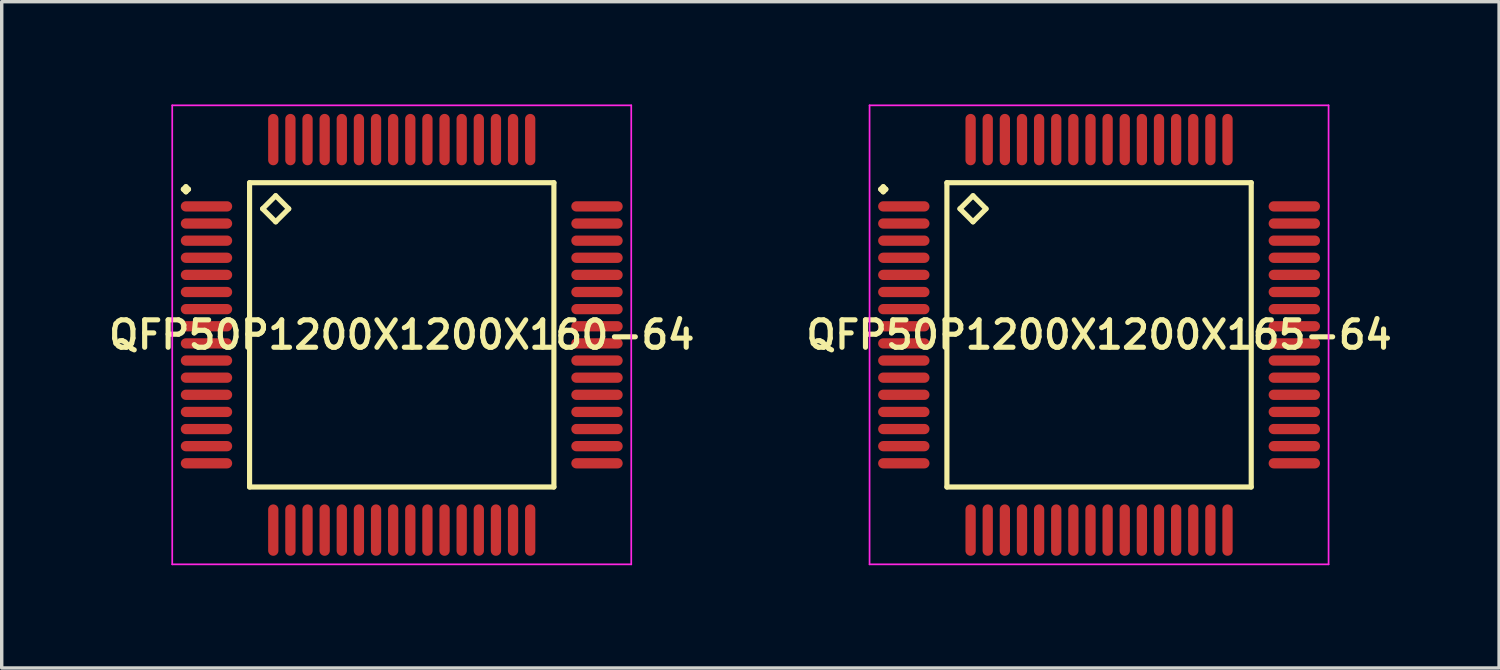
<source format=kicad_pcb>
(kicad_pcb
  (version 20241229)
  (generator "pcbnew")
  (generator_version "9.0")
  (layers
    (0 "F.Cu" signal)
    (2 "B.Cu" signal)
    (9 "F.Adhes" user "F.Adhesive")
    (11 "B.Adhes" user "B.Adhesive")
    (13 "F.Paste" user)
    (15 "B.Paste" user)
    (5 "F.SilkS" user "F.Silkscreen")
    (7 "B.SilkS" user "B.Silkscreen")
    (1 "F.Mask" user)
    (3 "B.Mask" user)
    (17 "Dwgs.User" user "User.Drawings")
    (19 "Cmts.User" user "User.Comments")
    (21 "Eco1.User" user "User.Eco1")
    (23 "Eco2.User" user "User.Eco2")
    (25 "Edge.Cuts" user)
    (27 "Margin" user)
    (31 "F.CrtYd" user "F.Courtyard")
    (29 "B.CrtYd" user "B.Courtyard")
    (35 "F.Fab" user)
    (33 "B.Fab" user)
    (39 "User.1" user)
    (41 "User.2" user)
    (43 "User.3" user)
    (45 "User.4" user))
  (footprint "QFP50P1200X1200X165-64"
    (layer "F.Cu")
    (at 29.035 6.725)
    (property "Reference" "QFP50P1200X1200X165-64" (at 0 0 0) (layer "F.SilkS") (effects (font (size 0.8 0.8) (thickness 0.15))))
    (attr smd)
    (fp_line (start -6.375 -4.25) (end -6.3 -4.325) (stroke (width 0.15) (type solid)) (layer "F.SilkS"))
    (fp_line (start -6.3 -4.325) (end -6.225 -4.25) (stroke (width 0.15) (type solid)) (layer "F.SilkS"))
    (fp_line (start -6.3 -4.175) (end -6.375 -4.25) (stroke (width 0.15) (type solid)) (layer "F.SilkS"))
    (fp_line (start -6.225 -4.25) (end -6.3 -4.175) (stroke (width 0.15) (type solid)) (layer "F.SilkS"))
    (fp_line (start -4.442 -4.442) (end -4.442 4.442) (stroke (width 0.15) (type solid)) (layer "F.SilkS"))
    (fp_line (start -4.442 4.442) (end 4.442 4.442) (stroke (width 0.15) (type solid)) (layer "F.SilkS"))
    (fp_line (start -4.061 -3.68) (end -3.68 -4.061) (stroke (width 0.15) (type solid)) (layer "F.SilkS"))
    (fp_line (start -3.68 -4.061) (end -3.299 -3.68) (stroke (width 0.15) (type solid)) (layer "F.SilkS"))
    (fp_line (start -3.68 -3.299) (end -4.061 -3.68) (stroke (width 0.15) (type solid)) (layer "F.SilkS"))
    (fp_line (start -3.299 -3.68) (end -3.68 -3.299) (stroke (width 0.15) (type solid)) (layer "F.SilkS"))
    (fp_line (start 4.442 -4.442) (end -4.442 -4.442) (stroke (width 0.15) (type solid)) (layer "F.SilkS"))
    (fp_line (start 4.442 4.442) (end 4.442 -4.442) (stroke (width 0.15) (type solid)) (layer "F.SilkS"))
    (fp_line (start -6.7 -6.7) (end 6.7 -6.7) (stroke (width 0.05) (type solid)) (layer "F.CrtYd"))
    (fp_line (start -6.7 6.7) (end -6.7 -6.7) (stroke (width 0.05) (type solid)) (layer "F.CrtYd"))
    (fp_line (start 6.7 -6.7) (end 6.7 6.7) (stroke (width 0.05) (type solid)) (layer "F.CrtYd"))
    (fp_line (start 6.7 6.7) (end -6.7 6.7) (stroke (width 0.05) (type solid)) (layer "F.CrtYd"))
    (pad "1" smd oval (at -5.7 -3.75) (size 1.5 0.3) (layers "F.Cu" "F.Mask" "F.Paste"))
    (pad "2" smd oval (at -5.7 -3.25) (size 1.5 0.3) (layers "F.Cu" "F.Mask" "F.Paste"))
    (pad "3" smd oval (at -5.7 -2.75) (size 1.5 0.3) (layers "F.Cu" "F.Mask" "F.Paste"))
    (pad "4" smd oval (at -5.7 -2.25) (size 1.5 0.3) (layers "F.Cu" "F.Mask" "F.Paste"))
    (pad "5" smd oval (at -5.7 -1.75) (size 1.5 0.3) (layers "F.Cu" "F.Mask" "F.Paste"))
    (pad "6" smd oval (at -5.7 -1.25) (size 1.5 0.3) (layers "F.Cu" "F.Mask" "F.Paste"))
    (pad "7" smd oval (at -5.7 -0.75) (size 1.5 0.3) (layers "F.Cu" "F.Mask" "F.Paste"))
    (pad "8" smd oval (at -5.7 -0.25) (size 1.5 0.3) (layers "F.Cu" "F.Mask" "F.Paste"))
    (pad "9" smd oval (at -5.7 0.25) (size 1.5 0.3) (layers "F.Cu" "F.Mask" "F.Paste"))
    (pad "10" smd oval (at -5.7 0.75) (size 1.5 0.3) (layers "F.Cu" "F.Mask" "F.Paste"))
    (pad "11" smd oval (at -5.7 1.25) (size 1.5 0.3) (layers "F.Cu" "F.Mask" "F.Paste"))
    (pad "12" smd oval (at -5.7 1.75) (size 1.5 0.3) (layers "F.Cu" "F.Mask" "F.Paste"))
    (pad "13" smd oval (at -5.7 2.25) (size 1.5 0.3) (layers "F.Cu" "F.Mask" "F.Paste"))
    (pad "14" smd oval (at -5.7 2.75) (size 1.5 0.3) (layers "F.Cu" "F.Mask" "F.Paste"))
    (pad "15" smd oval (at -5.7 3.25) (size 1.5 0.3) (layers "F.Cu" "F.Mask" "F.Paste"))
    (pad "16" smd oval (at -5.7 3.75) (size 1.5 0.3) (layers "F.Cu" "F.Mask" "F.Paste"))
    (pad "17" smd oval (at -3.75 5.7) (size 0.3 1.5) (layers "F.Cu" "F.Mask" "F.Paste"))
    (pad "18" smd oval (at -3.25 5.7) (size 0.3 1.5) (layers "F.Cu" "F.Mask" "F.Paste"))
    (pad "19" smd oval (at -2.75 5.7) (size 0.3 1.5) (layers "F.Cu" "F.Mask" "F.Paste"))
    (pad "20" smd oval (at -2.25 5.7) (size 0.3 1.5) (layers "F.Cu" "F.Mask" "F.Paste"))
    (pad "21" smd oval (at -1.75 5.7) (size 0.3 1.5) (layers "F.Cu" "F.Mask" "F.Paste"))
    (pad "22" smd oval (at -1.25 5.7) (size 0.3 1.5) (layers "F.Cu" "F.Mask" "F.Paste"))
    (pad "23" smd oval (at -0.75 5.7) (size 0.3 1.5) (layers "F.Cu" "F.Mask" "F.Paste"))
    (pad "24" smd oval (at -0.25 5.7) (size 0.3 1.5) (layers "F.Cu" "F.Mask" "F.Paste"))
    (pad "25" smd oval (at 0.25 5.7) (size 0.3 1.5) (layers "F.Cu" "F.Mask" "F.Paste"))
    (pad "26" smd oval (at 0.75 5.7) (size 0.3 1.5) (layers "F.Cu" "F.Mask" "F.Paste"))
    (pad "27" smd oval (at 1.25 5.7) (size 0.3 1.5) (layers "F.Cu" "F.Mask" "F.Paste"))
    (pad "28" smd oval (at 1.75 5.7) (size 0.3 1.5) (layers "F.Cu" "F.Mask" "F.Paste"))
    (pad "29" smd oval (at 2.25 5.7) (size 0.3 1.5) (layers "F.Cu" "F.Mask" "F.Paste"))
    (pad "30" smd oval (at 2.75 5.7) (size 0.3 1.5) (layers "F.Cu" "F.Mask" "F.Paste"))
    (pad "31" smd oval (at 3.25 5.7) (size 0.3 1.5) (layers "F.Cu" "F.Mask" "F.Paste"))
    (pad "32" smd oval (at 3.75 5.7) (size 0.3 1.5) (layers "F.Cu" "F.Mask" "F.Paste"))
    (pad "33" smd oval (at 5.7 3.75) (size 1.5 0.3) (layers "F.Cu" "F.Mask" "F.Paste"))
    (pad "34" smd oval (at 5.7 3.25) (size 1.5 0.3) (layers "F.Cu" "F.Mask" "F.Paste"))
    (pad "35" smd oval (at 5.7 2.75) (size 1.5 0.3) (layers "F.Cu" "F.Mask" "F.Paste"))
    (pad "36" smd oval (at 5.7 2.25) (size 1.5 0.3) (layers "F.Cu" "F.Mask" "F.Paste"))
    (pad "37" smd oval (at 5.7 1.75) (size 1.5 0.3) (layers "F.Cu" "F.Mask" "F.Paste"))
    (pad "38" smd oval (at 5.7 1.25) (size 1.5 0.3) (layers "F.Cu" "F.Mask" "F.Paste"))
    (pad "39" smd oval (at 5.7 0.75) (size 1.5 0.3) (layers "F.Cu" "F.Mask" "F.Paste"))
    (pad "40" smd oval (at 5.7 0.25) (size 1.5 0.3) (layers "F.Cu" "F.Mask" "F.Paste"))
    (pad "41" smd oval (at 5.7 -0.25) (size 1.5 0.3) (layers "F.Cu" "F.Mask" "F.Paste"))
    (pad "42" smd oval (at 5.7 -0.75) (size 1.5 0.3) (layers "F.Cu" "F.Mask" "F.Paste"))
    (pad "43" smd oval (at 5.7 -1.25) (size 1.5 0.3) (layers "F.Cu" "F.Mask" "F.Paste"))
    (pad "44" smd oval (at 5.7 -1.75) (size 1.5 0.3) (layers "F.Cu" "F.Mask" "F.Paste"))
    (pad "45" smd oval (at 5.7 -2.25) (size 1.5 0.3) (layers "F.Cu" "F.Mask" "F.Paste"))
    (pad "46" smd oval (at 5.7 -2.75) (size 1.5 0.3) (layers "F.Cu" "F.Mask" "F.Paste"))
    (pad "47" smd oval (at 5.7 -3.25) (size 1.5 0.3) (layers "F.Cu" "F.Mask" "F.Paste"))
    (pad "48" smd oval (at 5.7 -3.75) (size 1.5 0.3) (layers "F.Cu" "F.Mask" "F.Paste"))
    (pad "49" smd oval (at 3.75 -5.7) (size 0.3 1.5) (layers "F.Cu" "F.Mask" "F.Paste"))
    (pad "50" smd oval (at 3.25 -5.7) (size 0.3 1.5) (layers "F.Cu" "F.Mask" "F.Paste"))
    (pad "51" smd oval (at 2.75 -5.7) (size 0.3 1.5) (layers "F.Cu" "F.Mask" "F.Paste"))
    (pad "52" smd oval (at 2.25 -5.7) (size 0.3 1.5) (layers "F.Cu" "F.Mask" "F.Paste"))
    (pad "53" smd oval (at 1.75 -5.7) (size 0.3 1.5) (layers "F.Cu" "F.Mask" "F.Paste"))
    (pad "54" smd oval (at 1.25 -5.7) (size 0.3 1.5) (layers "F.Cu" "F.Mask" "F.Paste"))
    (pad "55" smd oval (at 0.75 -5.7) (size 0.3 1.5) (layers "F.Cu" "F.Mask" "F.Paste"))
    (pad "56" smd oval (at 0.25 -5.7) (size 0.3 1.5) (layers "F.Cu" "F.Mask" "F.Paste"))
    (pad "57" smd oval (at -0.25 -5.7) (size 0.3 1.5) (layers "F.Cu" "F.Mask" "F.Paste"))
    (pad "58" smd oval (at -0.75 -5.7) (size 0.3 1.5) (layers "F.Cu" "F.Mask" "F.Paste"))
    (pad "59" smd oval (at -1.25 -5.7) (size 0.3 1.5) (layers "F.Cu" "F.Mask" "F.Paste"))
    (pad "60" smd oval (at -1.75 -5.7) (size 0.3 1.5) (layers "F.Cu" "F.Mask" "F.Paste"))
    (pad "61" smd oval (at -2.25 -5.7) (size 0.3 1.5) (layers "F.Cu" "F.Mask" "F.Paste"))
    (pad "62" smd oval (at -2.75 -5.7) (size 0.3 1.5) (layers "F.Cu" "F.Mask" "F.Paste"))
    (pad "63" smd oval (at -3.25 -5.7) (size 0.3 1.5) (layers "F.Cu" "F.Mask" "F.Paste"))
    (pad "64" smd oval (at -3.75 -5.7) (size 0.3 1.5) (layers "F.Cu" "F.Mask" "F.Paste")))
  (footprint "QFP50P1200X1200X160-64"
    (layer "F.Cu")
    (at 8.678 6.725)
    (property "Reference" "QFP50P1200X1200X160-64" (at 0 0 0) (layer "F.SilkS") (effects (font (size 0.8 0.8) (thickness 0.15))))
    (attr smd)
    (fp_line (start -6.375 -4.25) (end -6.3 -4.325) (stroke (width 0.15) (type solid)) (layer "F.SilkS"))
    (fp_line (start -6.3 -4.325) (end -6.225 -4.25) (stroke (width 0.15) (type solid)) (layer "F.SilkS"))
    (fp_line (start -6.3 -4.175) (end -6.375 -4.25) (stroke (width 0.15) (type solid)) (layer "F.SilkS"))
    (fp_line (start -6.225 -4.25) (end -6.3 -4.175) (stroke (width 0.15) (type solid)) (layer "F.SilkS"))
    (fp_line (start -4.442 -4.442) (end -4.442 4.442) (stroke (width 0.15) (type solid)) (layer "F.SilkS"))
    (fp_line (start -4.442 4.442) (end 4.442 4.442) (stroke (width 0.15) (type solid)) (layer "F.SilkS"))
    (fp_line (start -4.061 -3.68) (end -3.68 -4.061) (stroke (width 0.15) (type solid)) (layer "F.SilkS"))
    (fp_line (start -3.68 -4.061) (end -3.299 -3.68) (stroke (width 0.15) (type solid)) (layer "F.SilkS"))
    (fp_line (start -3.68 -3.299) (end -4.061 -3.68) (stroke (width 0.15) (type solid)) (layer "F.SilkS"))
    (fp_line (start -3.299 -3.68) (end -3.68 -3.299) (stroke (width 0.15) (type solid)) (layer "F.SilkS"))
    (fp_line (start 4.442 -4.442) (end -4.442 -4.442) (stroke (width 0.15) (type solid)) (layer "F.SilkS"))
    (fp_line (start 4.442 4.442) (end 4.442 -4.442) (stroke (width 0.15) (type solid)) (layer "F.SilkS"))
    (fp_line (start -6.7 -6.7) (end 6.7 -6.7) (stroke (width 0.05) (type solid)) (layer "F.CrtYd"))
    (fp_line (start -6.7 6.7) (end -6.7 -6.7) (stroke (width 0.05) (type solid)) (layer "F.CrtYd"))
    (fp_line (start 6.7 -6.7) (end 6.7 6.7) (stroke (width 0.05) (type solid)) (layer "F.CrtYd"))
    (fp_line (start 6.7 6.7) (end -6.7 6.7) (stroke (width 0.05) (type solid)) (layer "F.CrtYd"))
    (pad "1" smd oval (at -5.7 -3.75) (size 1.5 0.3) (layers "F.Cu" "F.Mask" "F.Paste"))
    (pad "2" smd oval (at -5.7 -3.25) (size 1.5 0.3) (layers "F.Cu" "F.Mask" "F.Paste"))
    (pad "3" smd oval (at -5.7 -2.75) (size 1.5 0.3) (layers "F.Cu" "F.Mask" "F.Paste"))
    (pad "4" smd oval (at -5.7 -2.25) (size 1.5 0.3) (layers "F.Cu" "F.Mask" "F.Paste"))
    (pad "5" smd oval (at -5.7 -1.75) (size 1.5 0.3) (layers "F.Cu" "F.Mask" "F.Paste"))
    (pad "6" smd oval (at -5.7 -1.25) (size 1.5 0.3) (layers "F.Cu" "F.Mask" "F.Paste"))
    (pad "7" smd oval (at -5.7 -0.75) (size 1.5 0.3) (layers "F.Cu" "F.Mask" "F.Paste"))
    (pad "8" smd oval (at -5.7 -0.25) (size 1.5 0.3) (layers "F.Cu" "F.Mask" "F.Paste"))
    (pad "9" smd oval (at -5.7 0.25) (size 1.5 0.3) (layers "F.Cu" "F.Mask" "F.Paste"))
    (pad "10" smd oval (at -5.7 0.75) (size 1.5 0.3) (layers "F.Cu" "F.Mask" "F.Paste"))
    (pad "11" smd oval (at -5.7 1.25) (size 1.5 0.3) (layers "F.Cu" "F.Mask" "F.Paste"))
    (pad "12" smd oval (at -5.7 1.75) (size 1.5 0.3) (layers "F.Cu" "F.Mask" "F.Paste"))
    (pad "13" smd oval (at -5.7 2.25) (size 1.5 0.3) (layers "F.Cu" "F.Mask" "F.Paste"))
    (pad "14" smd oval (at -5.7 2.75) (size 1.5 0.3) (layers "F.Cu" "F.Mask" "F.Paste"))
    (pad "15" smd oval (at -5.7 3.25) (size 1.5 0.3) (layers "F.Cu" "F.Mask" "F.Paste"))
    (pad "16" smd oval (at -5.7 3.75) (size 1.5 0.3) (layers "F.Cu" "F.Mask" "F.Paste"))
    (pad "17" smd oval (at -3.75 5.7) (size 0.3 1.5) (layers "F.Cu" "F.Mask" "F.Paste"))
    (pad "18" smd oval (at -3.25 5.7) (size 0.3 1.5) (layers "F.Cu" "F.Mask" "F.Paste"))
    (pad "19" smd oval (at -2.75 5.7) (size 0.3 1.5) (layers "F.Cu" "F.Mask" "F.Paste"))
    (pad "20" smd oval (at -2.25 5.7) (size 0.3 1.5) (layers "F.Cu" "F.Mask" "F.Paste"))
    (pad "21" smd oval (at -1.75 5.7) (size 0.3 1.5) (layers "F.Cu" "F.Mask" "F.Paste"))
    (pad "22" smd oval (at -1.25 5.7) (size 0.3 1.5) (layers "F.Cu" "F.Mask" "F.Paste"))
    (pad "23" smd oval (at -0.75 5.7) (size 0.3 1.5) (layers "F.Cu" "F.Mask" "F.Paste"))
    (pad "24" smd oval (at -0.25 5.7) (size 0.3 1.5) (layers "F.Cu" "F.Mask" "F.Paste"))
    (pad "25" smd oval (at 0.25 5.7) (size 0.3 1.5) (layers "F.Cu" "F.Mask" "F.Paste"))
    (pad "26" smd oval (at 0.75 5.7) (size 0.3 1.5) (layers "F.Cu" "F.Mask" "F.Paste"))
    (pad "27" smd oval (at 1.25 5.7) (size 0.3 1.5) (layers "F.Cu" "F.Mask" "F.Paste"))
    (pad "28" smd oval (at 1.75 5.7) (size 0.3 1.5) (layers "F.Cu" "F.Mask" "F.Paste"))
    (pad "29" smd oval (at 2.25 5.7) (size 0.3 1.5) (layers "F.Cu" "F.Mask" "F.Paste"))
    (pad "30" smd oval (at 2.75 5.7) (size 0.3 1.5) (layers "F.Cu" "F.Mask" "F.Paste"))
    (pad "31" smd oval (at 3.25 5.7) (size 0.3 1.5) (layers "F.Cu" "F.Mask" "F.Paste"))
    (pad "32" smd oval (at 3.75 5.7) (size 0.3 1.5) (layers "F.Cu" "F.Mask" "F.Paste"))
    (pad "33" smd oval (at 5.7 3.75) (size 1.5 0.3) (layers "F.Cu" "F.Mask" "F.Paste"))
    (pad "34" smd oval (at 5.7 3.25) (size 1.5 0.3) (layers "F.Cu" "F.Mask" "F.Paste"))
    (pad "35" smd oval (at 5.7 2.75) (size 1.5 0.3) (layers "F.Cu" "F.Mask" "F.Paste"))
    (pad "36" smd oval (at 5.7 2.25) (size 1.5 0.3) (layers "F.Cu" "F.Mask" "F.Paste"))
    (pad "37" smd oval (at 5.7 1.75) (size 1.5 0.3) (layers "F.Cu" "F.Mask" "F.Paste"))
    (pad "38" smd oval (at 5.7 1.25) (size 1.5 0.3) (layers "F.Cu" "F.Mask" "F.Paste"))
    (pad "39" smd oval (at 5.7 0.75) (size 1.5 0.3) (layers "F.Cu" "F.Mask" "F.Paste"))
    (pad "40" smd oval (at 5.7 0.25) (size 1.5 0.3) (layers "F.Cu" "F.Mask" "F.Paste"))
    (pad "41" smd oval (at 5.7 -0.25) (size 1.5 0.3) (layers "F.Cu" "F.Mask" "F.Paste"))
    (pad "42" smd oval (at 5.7 -0.75) (size 1.5 0.3) (layers "F.Cu" "F.Mask" "F.Paste"))
    (pad "43" smd oval (at 5.7 -1.25) (size 1.5 0.3) (layers "F.Cu" "F.Mask" "F.Paste"))
    (pad "44" smd oval (at 5.7 -1.75) (size 1.5 0.3) (layers "F.Cu" "F.Mask" "F.Paste"))
    (pad "45" smd oval (at 5.7 -2.25) (size 1.5 0.3) (layers "F.Cu" "F.Mask" "F.Paste"))
    (pad "46" smd oval (at 5.7 -2.75) (size 1.5 0.3) (layers "F.Cu" "F.Mask" "F.Paste"))
    (pad "47" smd oval (at 5.7 -3.25) (size 1.5 0.3) (layers "F.Cu" "F.Mask" "F.Paste"))
    (pad "48" smd oval (at 5.7 -3.75) (size 1.5 0.3) (layers "F.Cu" "F.Mask" "F.Paste"))
    (pad "49" smd oval (at 3.75 -5.7) (size 0.3 1.5) (layers "F.Cu" "F.Mask" "F.Paste"))
    (pad "50" smd oval (at 3.25 -5.7) (size 0.3 1.5) (layers "F.Cu" "F.Mask" "F.Paste"))
    (pad "51" smd oval (at 2.75 -5.7) (size 0.3 1.5) (layers "F.Cu" "F.Mask" "F.Paste"))
    (pad "52" smd oval (at 2.25 -5.7) (size 0.3 1.5) (layers "F.Cu" "F.Mask" "F.Paste"))
    (pad "53" smd oval (at 1.75 -5.7) (size 0.3 1.5) (layers "F.Cu" "F.Mask" "F.Paste"))
    (pad "54" smd oval (at 1.25 -5.7) (size 0.3 1.5) (layers "F.Cu" "F.Mask" "F.Paste"))
    (pad "55" smd oval (at 0.75 -5.7) (size 0.3 1.5) (layers "F.Cu" "F.Mask" "F.Paste"))
    (pad "56" smd oval (at 0.25 -5.7) (size 0.3 1.5) (layers "F.Cu" "F.Mask" "F.Paste"))
    (pad "57" smd oval (at -0.25 -5.7) (size 0.3 1.5) (layers "F.Cu" "F.Mask" "F.Paste"))
    (pad "58" smd oval (at -0.75 -5.7) (size 0.3 1.5) (layers "F.Cu" "F.Mask" "F.Paste"))
    (pad "59" smd oval (at -1.25 -5.7) (size 0.3 1.5) (layers "F.Cu" "F.Mask" "F.Paste"))
    (pad "60" smd oval (at -1.75 -5.7) (size 0.3 1.5) (layers "F.Cu" "F.Mask" "F.Paste"))
    (pad "61" smd oval (at -2.25 -5.7) (size 0.3 1.5) (layers "F.Cu" "F.Mask" "F.Paste"))
    (pad "62" smd oval (at -2.75 -5.7) (size 0.3 1.5) (layers "F.Cu" "F.Mask" "F.Paste"))
    (pad "63" smd oval (at -3.25 -5.7) (size 0.3 1.5) (layers "F.Cu" "F.Mask" "F.Paste"))
    (pad "64" smd oval (at -3.75 -5.7) (size 0.3 1.5) (layers "F.Cu" "F.Mask" "F.Paste")))
  (gr_rect
    (start -3 -3)
    (end 40.713 16.45)
    (stroke (width 0.1) (type default))
    (fill no)
    (layer "Edge.Cuts")))
</source>
